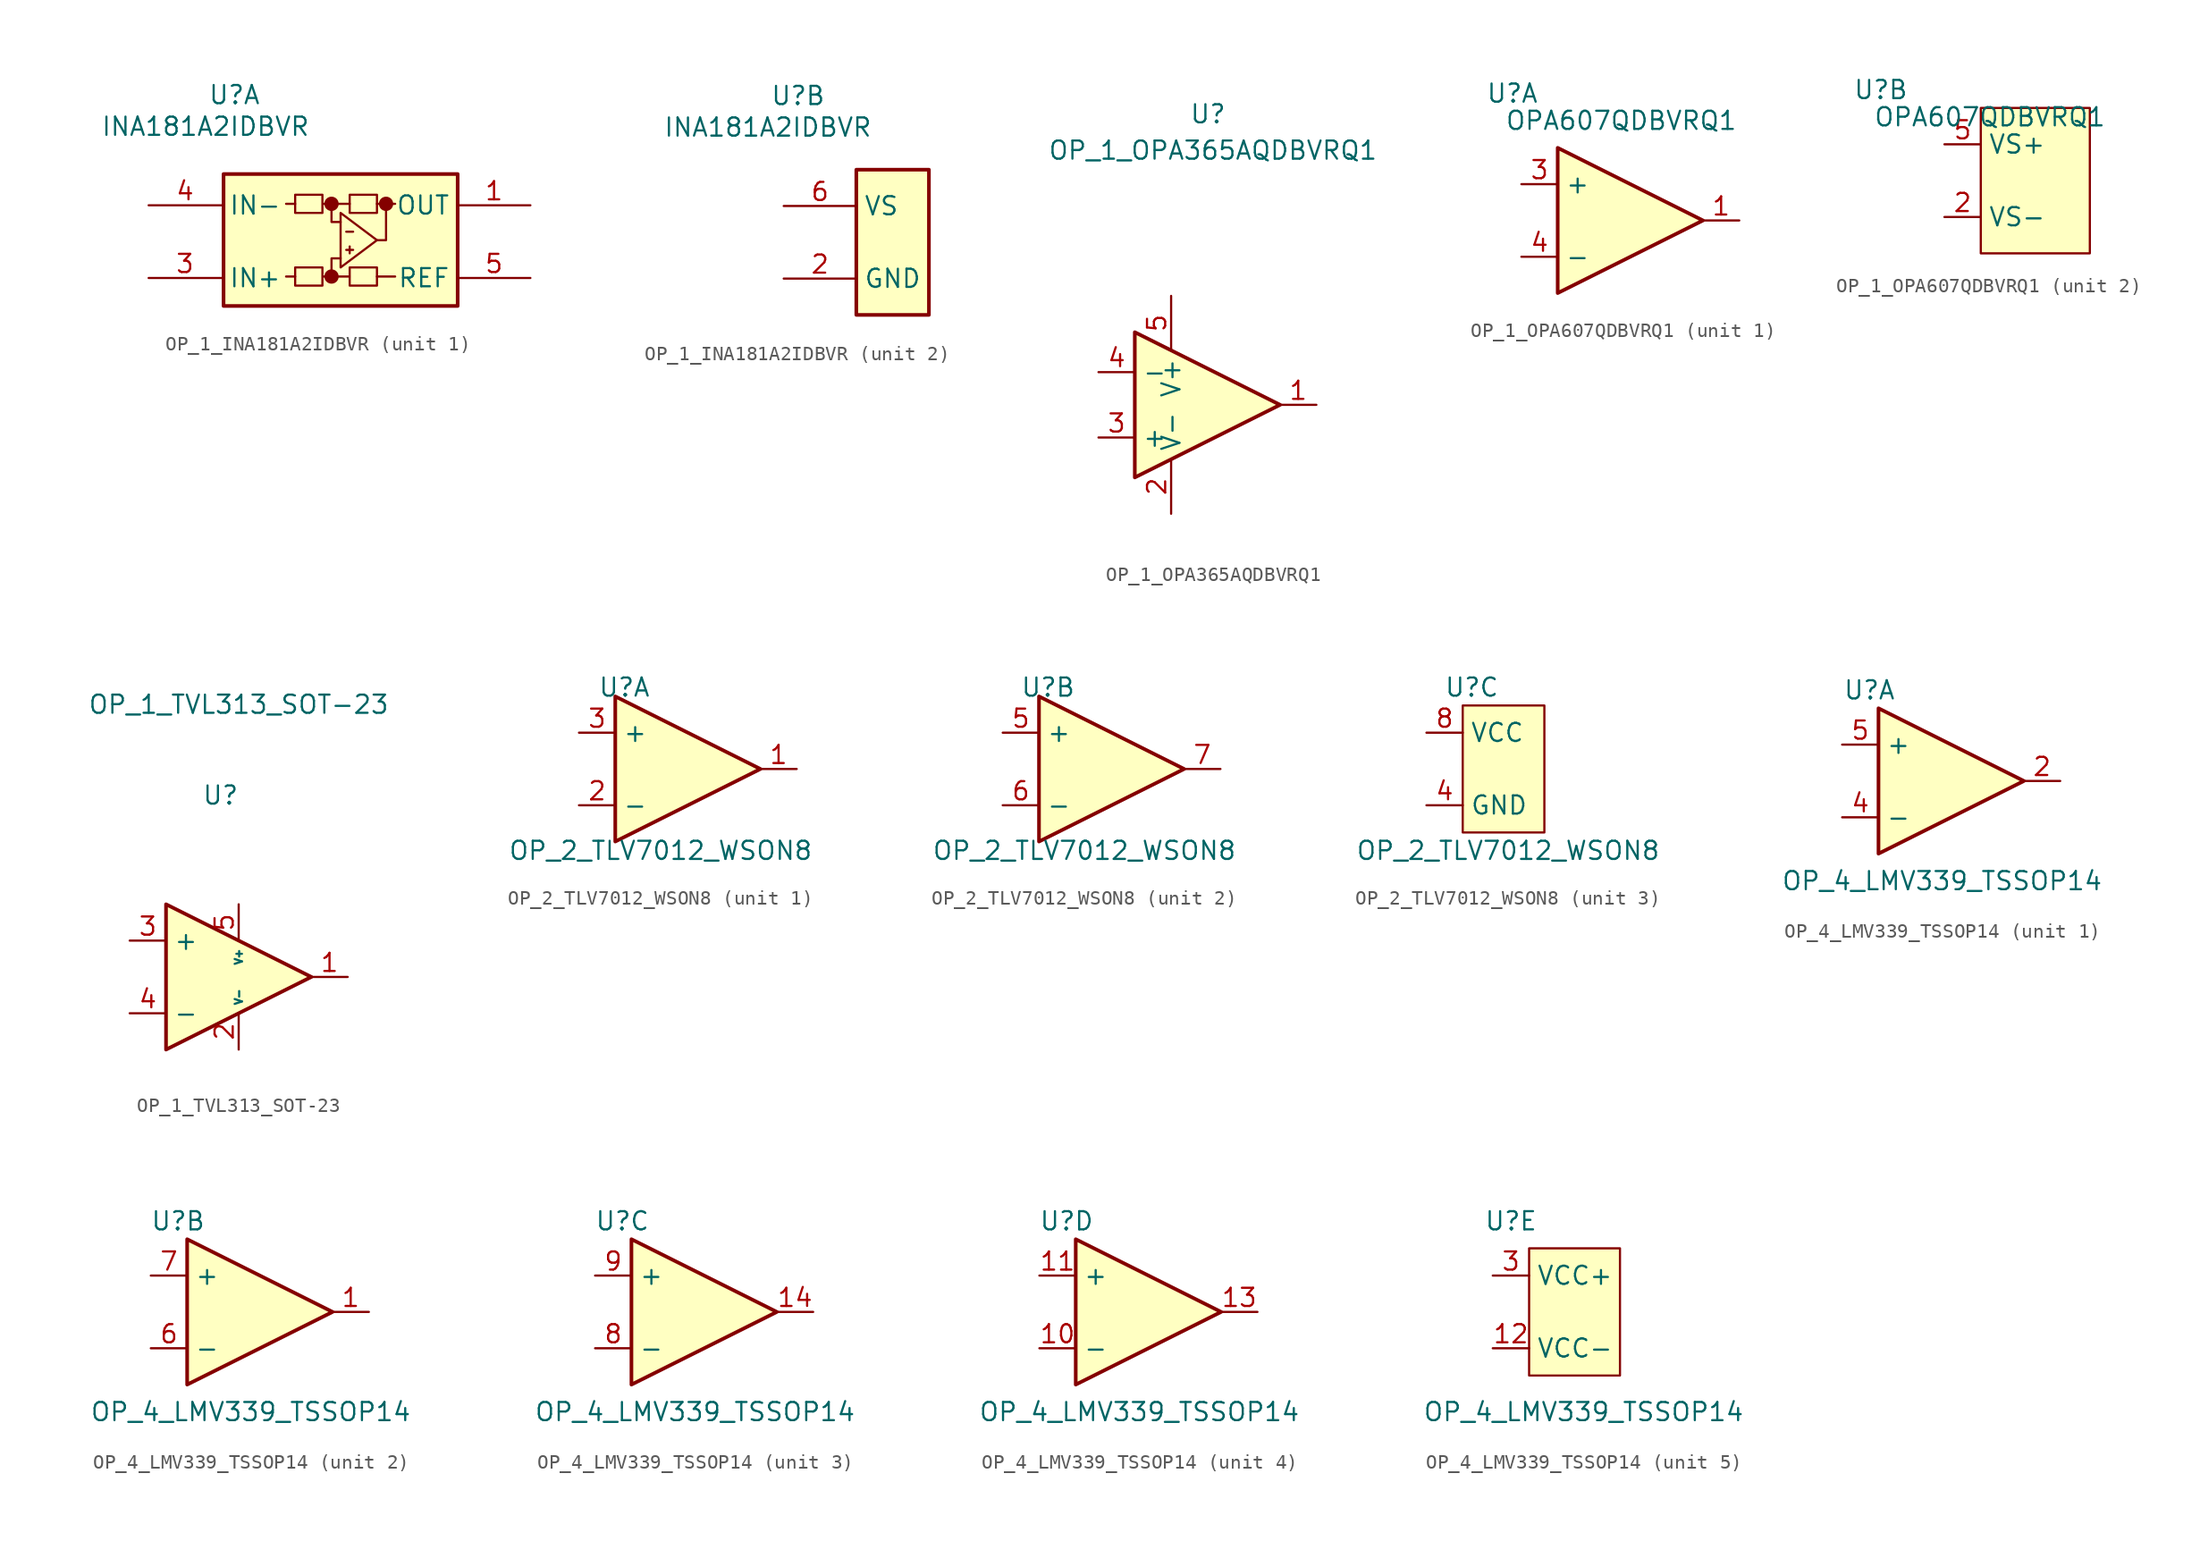
<source format=kicad_sym>
(kicad_symbol_lib
  (version 20220914)
  (generator kicad_symbol_editor)
  (symbol "OP_1_INA181A2IDBVR"
    (property "Reference" "U"
      (at -8.56 10.998 0)
      (effects (font (size 1.27 1.27)) (justify left top)))
    (property "Value" "INA181A2IDBVR"
      (at -16.053 8.788 0)
      (effects (font (size 1.27 1.27)) (justify left top)))
    (property "ki_locked" ""
      (at 0 0 0)
      (effects (font (size 1.27 1.27))))
    (symbol "OP_1_INA181A2IDBVR_1_1"
      (rectangle (start -7.468 4.724) (end 8.89 -4.496) (stroke (width 0.254) (type default)) (fill (type background)))
      (polyline (pts (xy -2.464 -2.438) (xy -3.099 -2.438)) (stroke (width 0) (type default)) (fill (type none)))
      (polyline (pts (xy -2.464 2.642) (xy -3.099 2.642)) (stroke (width 0) (type default)) (fill (type none)))
      (polyline (pts (xy 3.251 -2.438) (xy 4.521 -2.438)) (stroke (width 0) (type default)) (fill (type none)))
      (polyline (pts (xy 4.521 2.642) (xy 3.886 2.642)) (stroke (width 0) (type default)) (fill (type none)))
      (polyline (pts (xy 0.076 2.642) (xy 0.076 1.372) (xy 0.711 1.372)) (stroke (width 0) (type default)) (fill (type none)))
      (polyline (pts (xy 0.711 -1.168) (xy 0.076 -1.168) (xy 0.076 -2.438)) (stroke (width 0) (type default)) (fill (type none)))
      (polyline (pts (xy 3.251 0.102) (xy 3.886 0.102) (xy 3.886 2.642)) (stroke (width 0) (type default)) (fill (type none)))
      (polyline (pts (xy 3.251 2.642) (xy 3.251 2.007) (xy 1.346 2.007) (xy 1.346 2.642)) (stroke (width 0) (type default)) (fill (type none)))
      (polyline (pts (xy 0.711 1.372) (xy 0.711 -1.803) (xy 3.251 0.102) (xy 0.711 2.007) (xy 0.711 1.372)) (stroke (width 0) (type default)) (fill (type none)))
      (polyline (pts (xy 0.076 2.642) (xy 1.346 2.642) (xy 1.346 3.277) (xy 3.251 3.277) (xy 3.251 2.642) (xy 3.886 2.642)) (stroke (width 0) (type default)) (fill (type none)))
      (polyline (pts (xy 0.076 -2.438) (xy -0.559 -2.438) (xy -0.559 -1.803) (xy -2.464 -1.803) (xy -2.464 -3.073) (xy -0.559 -3.073) (xy -0.559 -2.438)) (stroke (width 0) (type default)) (fill (type none)))
      (polyline (pts (xy 0.076 -2.438) (xy 1.346 -2.438) (xy 1.346 -1.803) (xy 3.251 -1.803) (xy 3.251 -3.073) (xy 1.346 -3.073) (xy 1.346 -2.438)) (stroke (width 0) (type default)) (fill (type none)))
      (polyline (pts (xy 0.076 2.642) (xy -0.559 2.642) (xy -0.559 3.277) (xy -2.464 3.277) (xy -2.464 2.007) (xy -0.559 2.007) (xy -0.559 2.642)) (stroke (width 0) (type default)) (fill (type none)))
      (circle (center 0.076 -2.438) (radius 0.0001) (stroke (width 0.5) (type default)) (fill (type none)))
      (circle (center 0.076 2.642) (radius 0.0001) (stroke (width 0.5) (type default)) (fill (type none)))
      (circle (center 3.886 2.642) (radius 0.0001) (stroke (width 0.5) (type default)) (fill (type none)))
      (text "+" (at 1.346 -0.533 0) (effects (font (size 0.63 0.63))))
      (text "-" (at 1.346 0.737 0) (effects (font (size 0.63 0.63))))
      (pin output line (at 13.97 2.54 180) (length 5.08) (name "OUT" (effects (font (size 1.27 1.27)))) (number "1" (effects (font (size 1.27 1.27)))))
      (pin input line (at -12.7 -2.54 0) (length 5.08) (name "IN+" (effects (font (size 1.27 1.27)))) (number "3" (effects (font (size 1.27 1.27)))))
      (pin input line (at -12.7 2.54 0) (length 5.08) (name "IN-" (effects (font (size 1.27 1.27)))) (number "4" (effects (font (size 1.27 1.27)))))
      (pin input line (at 13.97 -2.54 180) (length 5.08) (name "REF" (effects (font (size 1.27 1.27)))) (number "5" (effects (font (size 1.27 1.27))))))
    (symbol "OP_1_INA181A2IDBVR_2_1"
      (rectangle (start -2.54 5.08) (end 2.54 -5.08) (stroke (width 0.254) (type default)) (fill (type background)))
      (pin power_in line (at -7.62 -2.54 0) (length 5.08) (name "GND" (effects (font (size 1.27 1.27)))) (number "2" (effects (font (size 1.27 1.27)))))
      (pin power_in line (at -7.62 2.54 0) (length 5.08) (name "VS" (effects (font (size 1.27 1.27)))) (number "6" (effects (font (size 1.27 1.27)))))))
  (symbol "OP_1_OPA365AQDBVRQ1"
    (property "Reference" "U"
      (at -0.762 21.082 0)
      (effects (font (size 1.27 1.27)) (justify left top)))
    (property "Value" "OP_1_OPA365AQDBVRQ1"
      (at -10.668 18.542 0)
      (effects (font (size 1.27 1.27)) (justify left top)))
    (symbol "OP_1_OPA365AQDBVRQ1_0_1"
      (polyline (pts (xy -4.572 5.08) (xy 5.588 0) (xy -4.572 -5.08) (xy -4.572 5.08)) (stroke (width 0.254) (type default)) (fill (type background)))
      (pin power_in line (at -2.032 -7.62 90) (length 3.81) (name "V-" (effects (font (size 1.27 1.27)))) (number "2" (effects (font (size 1.27 1.27)))))
      (pin power_in line (at -2.032 7.62 270) (length 3.81) (name "V+" (effects (font (size 1.27 1.27)))) (number "5" (effects (font (size 1.27 1.27))))))
    (symbol "OP_1_OPA365AQDBVRQ1_1_1"
      (pin output line (at 8.128 0 180) (length 2.54) (name "~" (effects (font (size 1.27 1.27)))) (number "1" (effects (font (size 1.27 1.27)))))
      (pin input line (at -7.112 -2.286 0) (length 2.54) (name "+" (effects (font (size 1.27 1.27)))) (number "3" (effects (font (size 1.27 1.27)))))
      (pin input line (at -7.112 2.286 0) (length 2.54) (name "-" (effects (font (size 1.27 1.27)))) (number "4" (effects (font (size 1.27 1.27)))))))
  (symbol "OP_1_OPA607QDBVRQ1"
    (property "Reference" "U"
      (at -6.985 8.89 0)
      (effects (font (size 1.27 1.27))))
    (property "Value" "OPA607QDBVRQ1"
      (at 0.635 6.985 0)
      (effects (font (size 1.27 1.27))))
    (property "ki_locked" ""
      (at 0 0 0)
      (effects (font (size 1.27 1.27))))
    (symbol "OP_1_OPA607QDBVRQ1_1_1"
      (polyline (pts (xy -3.81 5.08) (xy 6.35 0) (xy -3.81 -5.08) (xy -3.81 5.08)) (stroke (width 0.254) (type default)) (fill (type background)))
      (pin output line (at 8.89 0 180) (length 2.54) (name "" (effects (font (size 1.27 1.27)))) (number "1" (effects (font (size 1.27 1.27)))))
      (pin input line (at -6.35 2.54 0) (length 2.54) (name "+" (effects (font (size 1.27 1.27)))) (number "3" (effects (font (size 1.27 1.27)))))
      (pin input line (at -6.35 -2.54 0) (length 2.54) (name "-" (effects (font (size 1.27 1.27)))) (number "4" (effects (font (size 1.27 1.27))))))
    (symbol "OP_1_OPA607QDBVRQ1_2_1"
      (rectangle (start 0 7.62) (end 7.62 -2.54) (stroke (width 0.152) (type default)) (fill (type background)))
      (pin power_in line (at -2.54 0 0) (length 2.54) (name "VS-" (effects (font (size 1.27 1.27)))) (number "2" (effects (font (size 1.27 1.27)))))
      (pin power_in line (at -2.54 5.08 0) (length 2.54) (name "VS+" (effects (font (size 1.27 1.27)))) (number "5" (effects (font (size 1.27 1.27)))))))
  (symbol "OP_1_TVL313_SOT-23"
    (property "Reference" "U"
      (at 0 12.7 0)
      (effects (font (size 1.27 1.27))))
    (property "Value" "OP_1_TVL313_SOT-23"
      (at 1.27 19.05 0)
      (effects (font (size 1.27 1.27))))
    (symbol "OP_1_TVL313_SOT-23_1_1"
      (polyline (pts (xy -3.81 5.08) (xy 6.35 0) (xy -3.81 -5.08) (xy -3.81 5.08) (xy -3.81 5.08)) (stroke (width 0.254) (type default)) (fill (type background)))
      (pin output line (at 8.89 0 180) (length 2.54) (name "~" (effects (font (size 1.27 1.27)))) (number "1" (effects (font (size 1.27 1.27)))))
      (pin power_in line (at 1.27 -5.08 90) (length 2.54) (name "V-" (effects (font (size 0.508 0.508)))) (number "2" (effects (font (size 1.27 1.27)))))
      (pin input line (at -6.35 2.54 0) (length 2.54) (name "+" (effects (font (size 1.27 1.27)))) (number "3" (effects (font (size 1.27 1.27)))))
      (pin input line (at -6.35 -2.54 0) (length 2.54) (name "-" (effects (font (size 1.27 1.27)))) (number "4" (effects (font (size 1.27 1.27)))))
      (pin input line (at 1.27 5.08 270) (length 2.54) (name "V+" (effects (font (size 0.508 0.508)))) (number "5" (effects (font (size 1.27 1.27)))))))
  (symbol "OP_2_TLV7012_WSON8"
    (property "Reference" "U"
      (at -1.905 5.715 0)
      (effects (font (size 1.27 1.27))))
    (property "Value" "OP_2_TLV7012_WSON8"
      (at 0.635 -5.715 0)
      (effects (font (size 1.27 1.27))))
    (property "ki_locked" ""
      (at 0 0 0)
      (effects (font (size 1.27 1.27))))
    (symbol "OP_2_TLV7012_WSON8_1_1"
      (polyline (pts (xy -2.54 5.08) (xy 7.62 0) (xy -2.54 -5.08) (xy -2.54 5.08) (xy -2.54 5.08)) (stroke (width 0.254) (type default)) (fill (type background)))
      (pin output line (at 10.16 0 180) (length 2.54) (name "~" (effects (font (size 1.27 1.27)))) (number "1" (effects (font (size 1.27 1.27)))))
      (pin input line (at -5.08 -2.54 0) (length 2.54) (name "-" (effects (font (size 1.27 1.27)))) (number "2" (effects (font (size 1.27 1.27)))))
      (pin input line (at -5.08 2.54 0) (length 2.54) (name "+" (effects (font (size 1.27 1.27)))) (number "3" (effects (font (size 1.27 1.27))))))
    (symbol "OP_2_TLV7012_WSON8_2_1"
      (polyline (pts (xy -2.54 5.08) (xy 7.62 0) (xy -2.54 -5.08) (xy -2.54 5.08) (xy -2.54 5.08)) (stroke (width 0.254) (type default)) (fill (type background)))
      (pin input line (at -5.08 2.54 0) (length 2.54) (name "+" (effects (font (size 1.27 1.27)))) (number "5" (effects (font (size 1.27 1.27)))))
      (pin input line (at -5.08 -2.54 0) (length 2.54) (name "-" (effects (font (size 1.27 1.27)))) (number "6" (effects (font (size 1.27 1.27)))))
      (pin output line (at 10.16 0 180) (length 2.54) (name "~" (effects (font (size 1.27 1.27)))) (number "7" (effects (font (size 1.27 1.27))))))
    (symbol "OP_2_TLV7012_WSON8_3_1"
      (rectangle (start -2.54 4.445) (end 3.175 -4.445) (stroke (width 0) (type default)) (fill (type background)))
      (pin power_in line (at -5.08 -2.54 0) (length 2.54) (name "GND" (effects (font (size 1.27 1.27)))) (number "4" (effects (font (size 1.27 1.27)))))
      (pin power_in line (at -5.08 2.54 0) (length 2.54) (name "VCC" (effects (font (size 1.27 1.27)))) (number "8" (effects (font (size 1.27 1.27)))))))
  (symbol "OP_4_LMV339_TSSOP14"
    (property "Reference" "U"
      (at -4.445 6.35 0)
      (effects (font (size 1.27 1.27))))
    (property "Value" "OP_4_LMV339_TSSOP14"
      (at 0.635 -6.985 0)
      (effects (font (size 1.27 1.27))))
    (property "ki_locked" ""
      (at 0 0 0)
      (effects (font (size 1.27 1.27))))
    (symbol "OP_4_LMV339_TSSOP14_1_1"
      (polyline (pts (xy -3.81 5.08) (xy 6.35 0) (xy -3.81 -5.08) (xy -3.81 5.08) (xy -3.81 5.08)) (stroke (width 0.254) (type default)) (fill (type background)))
      (pin output line (at 8.89 0 180) (length 2.54) (name "~" (effects (font (size 1.27 1.27)))) (number "2" (effects (font (size 1.27 1.27)))))
      (pin input line (at -6.35 -2.54 0) (length 2.54) (name "-" (effects (font (size 1.27 1.27)))) (number "4" (effects (font (size 1.27 1.27)))))
      (pin input line (at -6.35 2.54 0) (length 2.54) (name "+" (effects (font (size 1.27 1.27)))) (number "5" (effects (font (size 1.27 1.27))))))
    (symbol "OP_4_LMV339_TSSOP14_2_1"
      (polyline (pts (xy -3.81 5.08) (xy 6.35 0) (xy -3.81 -5.08) (xy -3.81 5.08) (xy -3.81 5.08)) (stroke (width 0.254) (type default)) (fill (type background)))
      (pin output line (at 8.89 0 180) (length 2.54) (name "~" (effects (font (size 1.27 1.27)))) (number "1" (effects (font (size 1.27 1.27)))))
      (pin input line (at -6.35 -2.54 0) (length 2.54) (name "-" (effects (font (size 1.27 1.27)))) (number "6" (effects (font (size 1.27 1.27)))))
      (pin input line (at -6.35 2.54 0) (length 2.54) (name "+" (effects (font (size 1.27 1.27)))) (number "7" (effects (font (size 1.27 1.27))))))
    (symbol "OP_4_LMV339_TSSOP14_3_1"
      (polyline (pts (xy -3.81 5.08) (xy 6.35 0) (xy -3.81 -5.08) (xy -3.81 5.08) (xy -3.81 5.08)) (stroke (width 0.254) (type default)) (fill (type background)))
      (pin output line (at 8.89 0 180) (length 2.54) (name "~" (effects (font (size 1.27 1.27)))) (number "14" (effects (font (size 1.27 1.27)))))
      (pin input line (at -6.35 -2.54 0) (length 2.54) (name "-" (effects (font (size 1.27 1.27)))) (number "8" (effects (font (size 1.27 1.27)))))
      (pin input line (at -6.35 2.54 0) (length 2.54) (name "+" (effects (font (size 1.27 1.27)))) (number "9" (effects (font (size 1.27 1.27))))))
    (symbol "OP_4_LMV339_TSSOP14_4_1"
      (polyline (pts (xy -3.81 5.08) (xy 6.35 0) (xy -3.81 -5.08) (xy -3.81 5.08) (xy -3.81 5.08)) (stroke (width 0.254) (type default)) (fill (type background)))
      (pin input line (at -6.35 -2.54 0) (length 2.54) (name "-" (effects (font (size 1.27 1.27)))) (number "10" (effects (font (size 1.27 1.27)))))
      (pin input line (at -6.35 2.54 0) (length 2.54) (name "+" (effects (font (size 1.27 1.27)))) (number "11" (effects (font (size 1.27 1.27)))))
      (pin output line (at 8.89 0 180) (length 2.54) (name "~" (effects (font (size 1.27 1.27)))) (number "13" (effects (font (size 1.27 1.27))))))
    (symbol "OP_4_LMV339_TSSOP14_5_1"
      (rectangle (start -3.175 4.445) (end 3.175 -4.445) (stroke (width 0) (type default)) (fill (type background)))
      (pin power_in line (at -5.715 -2.54 0) (length 2.54) (name "VCC-" (effects (font (size 1.27 1.27)))) (number "12" (effects (font (size 1.27 1.27)))))
      (pin power_in line (at -5.715 2.54 0) (length 2.54) (name "VCC+" (effects (font (size 1.27 1.27)))) (number "3" (effects (font (size 1.27 1.27))))))))
</source>
